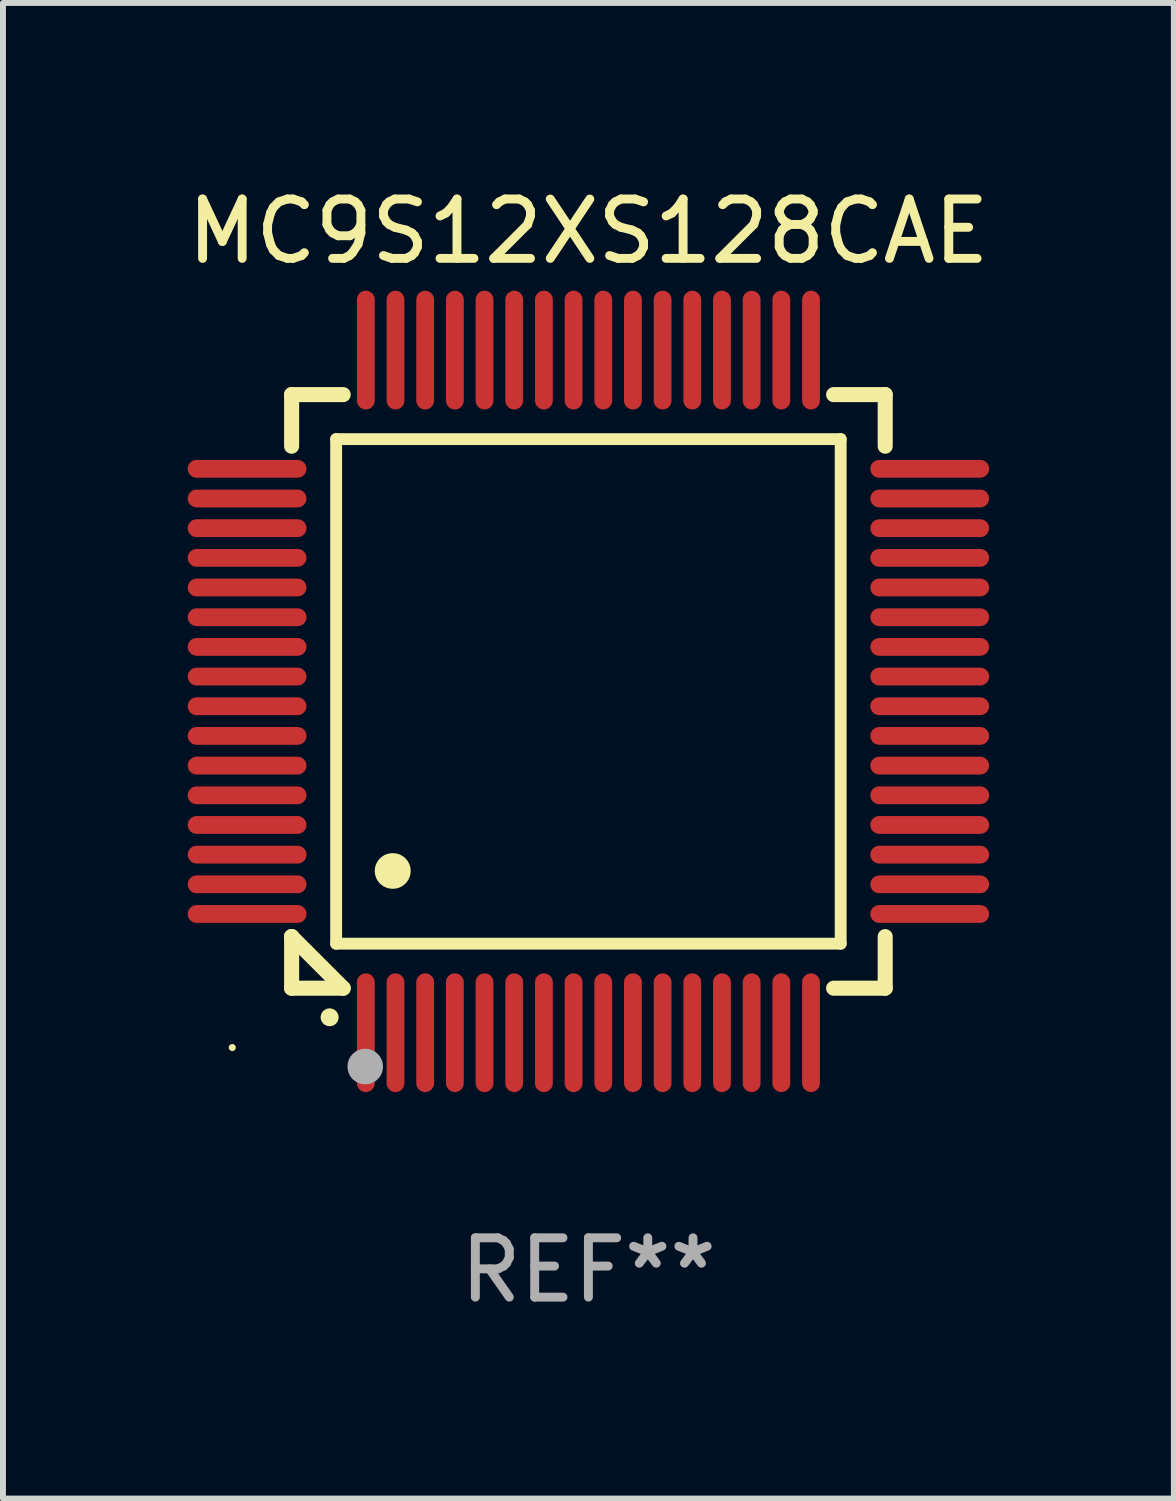
<source format=kicad_pcb>
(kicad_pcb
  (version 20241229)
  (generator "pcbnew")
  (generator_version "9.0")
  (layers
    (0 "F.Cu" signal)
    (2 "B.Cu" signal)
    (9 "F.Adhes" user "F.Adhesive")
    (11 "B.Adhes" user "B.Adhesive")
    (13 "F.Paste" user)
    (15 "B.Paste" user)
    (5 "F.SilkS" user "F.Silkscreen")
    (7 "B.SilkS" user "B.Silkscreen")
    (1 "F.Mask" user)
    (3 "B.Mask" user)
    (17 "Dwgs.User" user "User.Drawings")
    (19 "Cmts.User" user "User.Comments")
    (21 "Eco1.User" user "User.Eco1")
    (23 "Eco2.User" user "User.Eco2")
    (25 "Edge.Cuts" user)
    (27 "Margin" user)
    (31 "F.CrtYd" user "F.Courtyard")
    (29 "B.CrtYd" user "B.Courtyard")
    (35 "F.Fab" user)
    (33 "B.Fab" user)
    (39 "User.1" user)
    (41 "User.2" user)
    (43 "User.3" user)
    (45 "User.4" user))
  (footprint "MC9S12XS128CAE"
    (layer "F.Cu")
    (at 6.863 8.598)
    (property "Reference" "MC9S12XS128CAE" (at 0 -7.75 0) (layer "F.SilkS") (effects (font (size 1 1) (thickness 0.15))))
    (attr through_hole)
    (fp_line (start -5 -5) (end -4.131 -5) (stroke (width 0.254) (type solid)) (layer "F.SilkS"))
    (fp_line (start -5 -4.131) (end -5 -5) (stroke (width 0.254) (type solid)) (layer "F.SilkS"))
    (fp_line (start -5 4.131) (end -5 4.131) (stroke (width 0.254) (type solid)) (layer "F.SilkS"))
    (fp_line (start -5 5) (end -5 4.131) (stroke (width 0.254) (type solid)) (layer "F.SilkS"))
    (fp_line (start -5 4.131) (end -4.131 5) (stroke (width 0.254) (type solid)) (layer "F.SilkS"))
    (fp_line (start -4.25 -4.25) (end -4.25 4.25) (stroke (width 0.2) (type solid)) (layer "F.SilkS"))
    (fp_line (start -4.25 4.25) (end 4.25 4.25) (stroke (width 0.2) (type solid)) (layer "F.SilkS"))
    (fp_line (start -4.131 5) (end -5 5) (stroke (width 0.254) (type solid)) (layer "F.SilkS"))
    (fp_line (start 4.25 -4.25) (end -4.25 -4.25) (stroke (width 0.2) (type solid)) (layer "F.SilkS"))
    (fp_line (start 4.25 4.25) (end 4.25 -4.25) (stroke (width 0.2) (type solid)) (layer "F.SilkS"))
    (fp_line (start 5 -5) (end 4.131 -5) (stroke (width 0.254) (type solid)) (layer "F.SilkS"))
    (fp_line (start 5 -5) (end 5 -4.131) (stroke (width 0.254) (type solid)) (layer "F.SilkS"))
    (fp_line (start 5 4.131) (end 5 5) (stroke (width 0.254) (type solid)) (layer "F.SilkS"))
    (fp_line (start 5 5) (end 4.131 5) (stroke (width 0.254) (type solid)) (layer "F.SilkS"))
    (fp_arc (start -4.361265 5.489992) (mid -4.359995 5.489987) (end -4.358725 5.489992) (stroke (width 0.3) (type solid)) (layer "F.SilkS"))
    (fp_arc (start -3.299467 3.025146) (mid -3.296927 3.025135) (end -3.294387 3.025146) (stroke (width 0.6) (type solid)) (layer "F.SilkS"))
    (fp_circle (center -6 6) (end -5.97 6) (stroke (width 0.06) (type solid)) (fill no) (layer "F.SilkS"))
    (fp_circle (center -3.76 6.32) (end -3.61 6.32) (stroke (width 0.3) (type solid)) (fill no) (layer "F.Fab"))
    (fp_text user "REF**" (at 0 9.75 0) (layer "F.Fab") (effects (font (size 1 1) (thickness 0.15))))
    (pad "1" smd oval (at -3.75 5.75) (size 0.3 2) (layers "F.Cu" "F.Mask" "F.Paste"))
    (pad "2" smd oval (at -3.25 5.75) (size 0.3 2) (layers "F.Cu" "F.Mask" "F.Paste"))
    (pad "3" smd oval (at -2.75 5.75) (size 0.3 2) (layers "F.Cu" "F.Mask" "F.Paste"))
    (pad "4" smd oval (at -2.25 5.75) (size 0.3 2) (layers "F.Cu" "F.Mask" "F.Paste"))
    (pad "5" smd oval (at -1.75 5.75) (size 0.3 2) (layers "F.Cu" "F.Mask" "F.Paste"))
    (pad "6" smd oval (at -1.25 5.75) (size 0.3 2) (layers "F.Cu" "F.Mask" "F.Paste"))
    (pad "7" smd oval (at -0.75 5.75) (size 0.3 2) (layers "F.Cu" "F.Mask" "F.Paste"))
    (pad "8" smd oval (at -0.25 5.75) (size 0.3 2) (layers "F.Cu" "F.Mask" "F.Paste"))
    (pad "9" smd oval (at 0.25 5.75) (size 0.3 2) (layers "F.Cu" "F.Mask" "F.Paste"))
    (pad "10" smd oval (at 0.75 5.75) (size 0.3 2) (layers "F.Cu" "F.Mask" "F.Paste"))
    (pad "11" smd oval (at 1.25 5.75) (size 0.3 2) (layers "F.Cu" "F.Mask" "F.Paste"))
    (pad "12" smd oval (at 1.75 5.75) (size 0.3 2) (layers "F.Cu" "F.Mask" "F.Paste"))
    (pad "13" smd oval (at 2.25 5.75) (size 0.3 2) (layers "F.Cu" "F.Mask" "F.Paste"))
    (pad "14" smd oval (at 2.75 5.75) (size 0.3 2) (layers "F.Cu" "F.Mask" "F.Paste"))
    (pad "15" smd oval (at 3.25 5.75) (size 0.3 2) (layers "F.Cu" "F.Mask" "F.Paste"))
    (pad "16" smd oval (at 3.75 5.75) (size 0.3 2) (layers "F.Cu" "F.Mask" "F.Paste"))
    (pad "17" smd oval (at 5.75 3.75) (size 2 0.3) (layers "F.Cu" "F.Mask" "F.Paste"))
    (pad "18" smd oval (at 5.75 3.25) (size 2 0.3) (layers "F.Cu" "F.Mask" "F.Paste"))
    (pad "19" smd oval (at 5.75 2.75) (size 2 0.3) (layers "F.Cu" "F.Mask" "F.Paste"))
    (pad "20" smd oval (at 5.75 2.25) (size 2 0.3) (layers "F.Cu" "F.Mask" "F.Paste"))
    (pad "21" smd oval (at 5.75 1.75) (size 2 0.3) (layers "F.Cu" "F.Mask" "F.Paste"))
    (pad "22" smd oval (at 5.75 1.25) (size 2 0.3) (layers "F.Cu" "F.Mask" "F.Paste"))
    (pad "23" smd oval (at 5.75 0.75) (size 2 0.3) (layers "F.Cu" "F.Mask" "F.Paste"))
    (pad "24" smd oval (at 5.75 0.25) (size 2 0.3) (layers "F.Cu" "F.Mask" "F.Paste"))
    (pad "25" smd oval (at 5.75 -0.25) (size 2 0.3) (layers "F.Cu" "F.Mask" "F.Paste"))
    (pad "26" smd oval (at 5.75 -0.75) (size 2 0.3) (layers "F.Cu" "F.Mask" "F.Paste"))
    (pad "27" smd oval (at 5.75 -1.25) (size 2 0.3) (layers "F.Cu" "F.Mask" "F.Paste"))
    (pad "28" smd oval (at 5.75 -1.75) (size 2 0.3) (layers "F.Cu" "F.Mask" "F.Paste"))
    (pad "29" smd oval (at 5.75 -2.25) (size 2 0.3) (layers "F.Cu" "F.Mask" "F.Paste"))
    (pad "30" smd oval (at 5.75 -2.75) (size 2 0.3) (layers "F.Cu" "F.Mask" "F.Paste"))
    (pad "31" smd oval (at 5.75 -3.25) (size 2 0.3) (layers "F.Cu" "F.Mask" "F.Paste"))
    (pad "32" smd oval (at 5.75 -3.75) (size 2 0.3) (layers "F.Cu" "F.Mask" "F.Paste"))
    (pad "33" smd oval (at 3.75 -5.75) (size 0.3 2) (layers "F.Cu" "F.Mask" "F.Paste"))
    (pad "34" smd oval (at 3.25 -5.75) (size 0.3 2) (layers "F.Cu" "F.Mask" "F.Paste"))
    (pad "35" smd oval (at 2.75 -5.75) (size 0.3 2) (layers "F.Cu" "F.Mask" "F.Paste"))
    (pad "36" smd oval (at 2.25 -5.75) (size 0.3 2) (layers "F.Cu" "F.Mask" "F.Paste"))
    (pad "37" smd oval (at 1.75 -5.75) (size 0.3 2) (layers "F.Cu" "F.Mask" "F.Paste"))
    (pad "38" smd oval (at 1.25 -5.75) (size 0.3 2) (layers "F.Cu" "F.Mask" "F.Paste"))
    (pad "39" smd oval (at 0.75 -5.75) (size 0.3 2) (layers "F.Cu" "F.Mask" "F.Paste"))
    (pad "40" smd oval (at 0.25 -5.75) (size 0.3 2) (layers "F.Cu" "F.Mask" "F.Paste"))
    (pad "41" smd oval (at -0.25 -5.75) (size 0.3 2) (layers "F.Cu" "F.Mask" "F.Paste"))
    (pad "42" smd oval (at -0.75 -5.75) (size 0.3 2) (layers "F.Cu" "F.Mask" "F.Paste"))
    (pad "43" smd oval (at -1.25 -5.75) (size 0.3 2) (layers "F.Cu" "F.Mask" "F.Paste"))
    (pad "44" smd oval (at -1.75 -5.75) (size 0.3 2) (layers "F.Cu" "F.Mask" "F.Paste"))
    (pad "45" smd oval (at -2.25 -5.75) (size 0.3 2) (layers "F.Cu" "F.Mask" "F.Paste"))
    (pad "46" smd oval (at -2.75 -5.75) (size 0.3 2) (layers "F.Cu" "F.Mask" "F.Paste"))
    (pad "47" smd oval (at -3.25 -5.75) (size 0.3 2) (layers "F.Cu" "F.Mask" "F.Paste"))
    (pad "48" smd oval (at -3.75 -5.75) (size 0.3 2) (layers "F.Cu" "F.Mask" "F.Paste"))
    (pad "49" smd oval (at -5.75 -3.75) (size 2 0.3) (layers "F.Cu" "F.Mask" "F.Paste"))
    (pad "50" smd oval (at -5.75 -3.25) (size 2 0.3) (layers "F.Cu" "F.Mask" "F.Paste"))
    (pad "51" smd oval (at -5.75 -2.75) (size 2 0.3) (layers "F.Cu" "F.Mask" "F.Paste"))
    (pad "52" smd oval (at -5.75 -2.25) (size 2 0.3) (layers "F.Cu" "F.Mask" "F.Paste"))
    (pad "53" smd oval (at -5.75 -1.75) (size 2 0.3) (layers "F.Cu" "F.Mask" "F.Paste"))
    (pad "54" smd oval (at -5.75 -1.25) (size 2 0.3) (layers "F.Cu" "F.Mask" "F.Paste"))
    (pad "55" smd oval (at -5.75 -0.75) (size 2 0.3) (layers "F.Cu" "F.Mask" "F.Paste"))
    (pad "56" smd oval (at -5.75 -0.25) (size 2 0.3) (layers "F.Cu" "F.Mask" "F.Paste"))
    (pad "57" smd oval (at -5.75 0.25) (size 2 0.3) (layers "F.Cu" "F.Mask" "F.Paste"))
    (pad "58" smd oval (at -5.75 0.75) (size 2 0.3) (layers "F.Cu" "F.Mask" "F.Paste"))
    (pad "59" smd oval (at -5.75 1.25) (size 2 0.3) (layers "F.Cu" "F.Mask" "F.Paste"))
    (pad "60" smd oval (at -5.75 1.75) (size 2 0.3) (layers "F.Cu" "F.Mask" "F.Paste"))
    (pad "61" smd oval (at -5.75 2.25) (size 2 0.3) (layers "F.Cu" "F.Mask" "F.Paste"))
    (pad "62" smd oval (at -5.75 2.75) (size 2 0.3) (layers "F.Cu" "F.Mask" "F.Paste"))
    (pad "63" smd oval (at -5.75 3.25) (size 2 0.3) (layers "F.Cu" "F.Mask" "F.Paste"))
    (pad "64" smd oval (at -5.75 3.75) (size 2 0.3) (layers "F.Cu" "F.Mask" "F.Paste")))
  (gr_rect
    (start -3 -3)
    (end 16.726 22.196)
    (stroke (width 0.1) (type default))
    (fill no)
    (layer "Edge.Cuts")))
</source>
